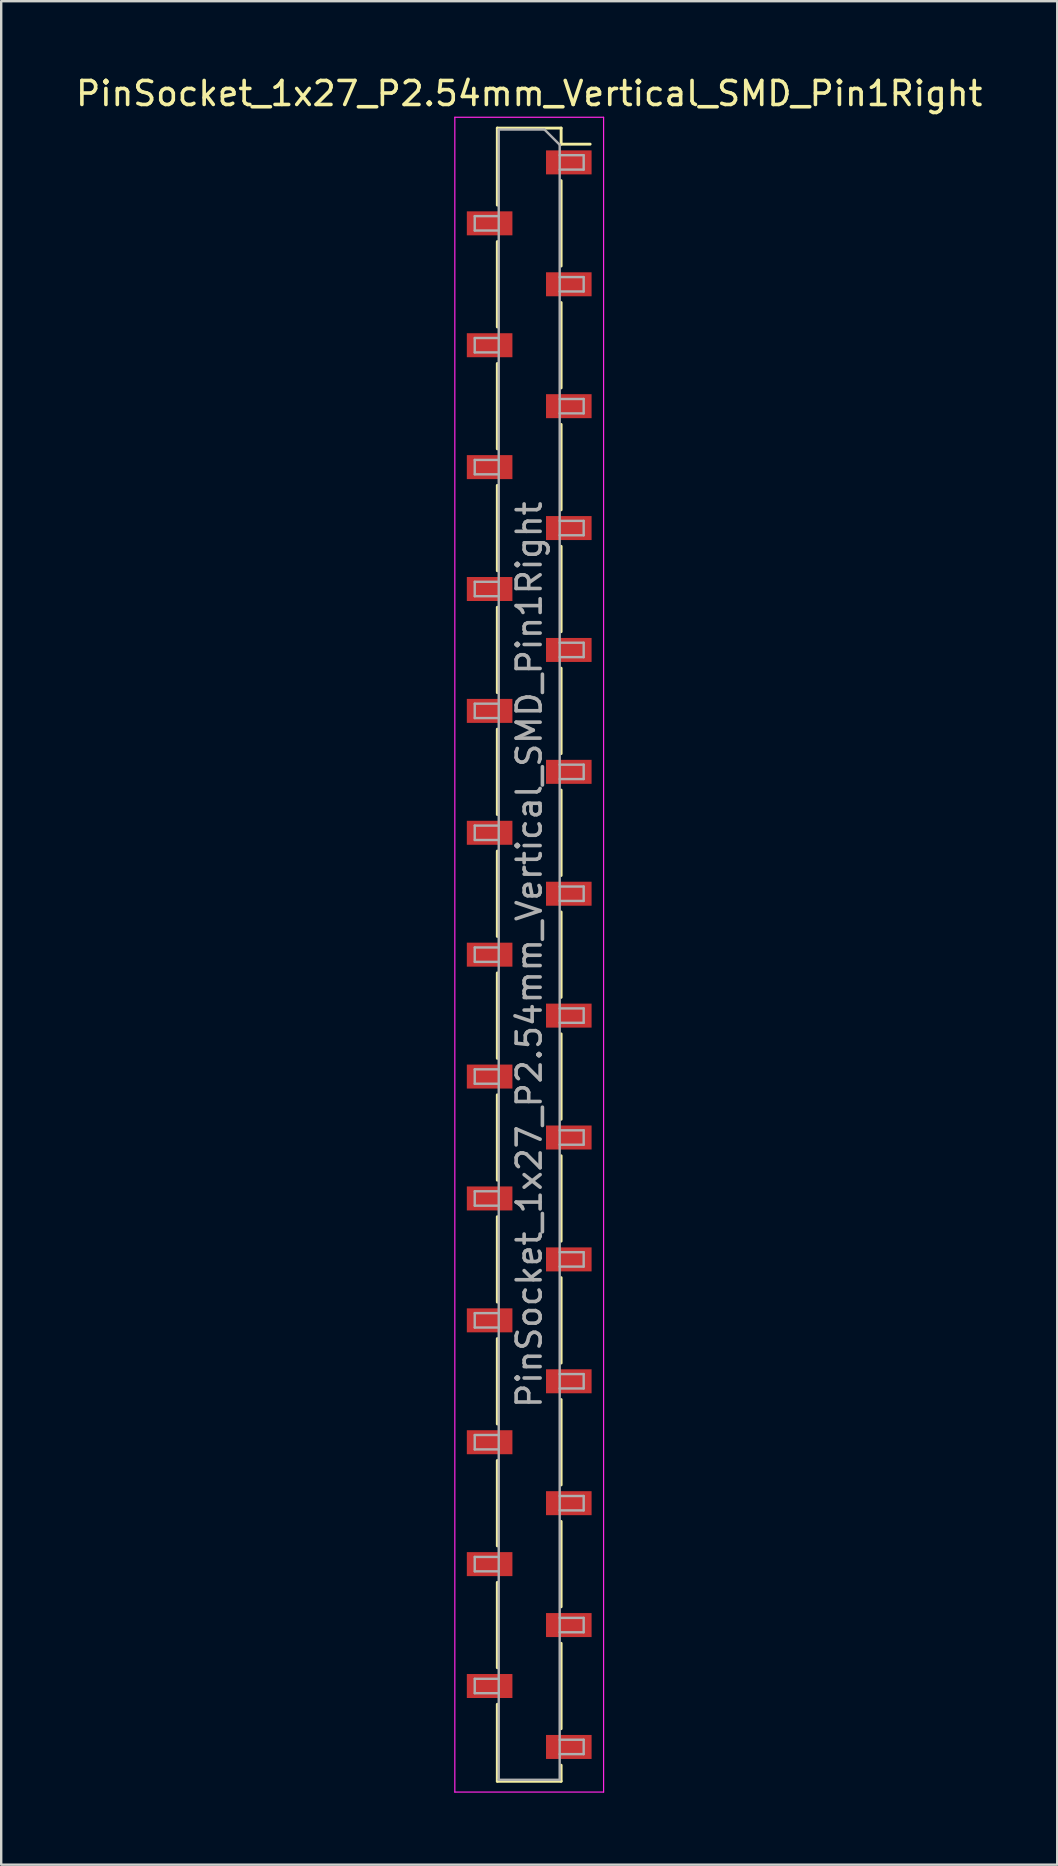
<source format=kicad_pcb>
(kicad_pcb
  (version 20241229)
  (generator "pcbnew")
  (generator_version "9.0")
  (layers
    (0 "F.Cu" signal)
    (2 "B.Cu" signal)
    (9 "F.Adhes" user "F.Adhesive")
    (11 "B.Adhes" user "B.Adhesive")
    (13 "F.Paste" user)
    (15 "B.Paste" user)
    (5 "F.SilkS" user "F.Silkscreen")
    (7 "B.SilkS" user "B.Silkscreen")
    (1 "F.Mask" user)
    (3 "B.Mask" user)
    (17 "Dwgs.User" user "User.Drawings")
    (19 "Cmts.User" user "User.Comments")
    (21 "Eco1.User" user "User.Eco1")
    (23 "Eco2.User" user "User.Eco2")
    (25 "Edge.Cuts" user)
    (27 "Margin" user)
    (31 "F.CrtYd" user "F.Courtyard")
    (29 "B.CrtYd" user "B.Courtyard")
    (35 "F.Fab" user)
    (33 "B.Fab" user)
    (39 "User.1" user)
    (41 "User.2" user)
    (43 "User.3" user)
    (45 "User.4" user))
  (footprint "PinSocket_1x27_P2.54mm_Vertical_SMD_Pin1Right"
    (layer "F.Cu")
    (at 19.006 36.738)
    (property "Reference" "PinSocket_1x27_P2.54mm_Vertical_SMD_Pin1Right" (at 0 -35.89 0) (layer "F.SilkS") (effects (font (size 1 1) (thickness 0.15))))
    (attr smd)
    (fp_line (start -1.33 -34.45) (end -1.33 -31.24) (stroke (width 0.12) (type solid)) (layer "F.SilkS"))
    (fp_line (start -1.33 -34.45) (end 1.33 -34.45) (stroke (width 0.12) (type solid)) (layer "F.SilkS"))
    (fp_line (start -1.33 -29.72) (end -1.33 -26.16) (stroke (width 0.12) (type solid)) (layer "F.SilkS"))
    (fp_line (start -1.33 -24.64) (end -1.33 -21.08) (stroke (width 0.12) (type solid)) (layer "F.SilkS"))
    (fp_line (start -1.33 -19.56) (end -1.33 -16) (stroke (width 0.12) (type solid)) (layer "F.SilkS"))
    (fp_line (start -1.33 -14.48) (end -1.33 -10.92) (stroke (width 0.12) (type solid)) (layer "F.SilkS"))
    (fp_line (start -1.33 -9.4) (end -1.33 -5.84) (stroke (width 0.12) (type solid)) (layer "F.SilkS"))
    (fp_line (start -1.33 -4.32) (end -1.33 -0.76) (stroke (width 0.12) (type solid)) (layer "F.SilkS"))
    (fp_line (start -1.33 0.76) (end -1.33 4.32) (stroke (width 0.12) (type solid)) (layer "F.SilkS"))
    (fp_line (start -1.33 5.84) (end -1.33 9.4) (stroke (width 0.12) (type solid)) (layer "F.SilkS"))
    (fp_line (start -1.33 10.92) (end -1.33 14.48) (stroke (width 0.12) (type solid)) (layer "F.SilkS"))
    (fp_line (start -1.33 16) (end -1.33 19.56) (stroke (width 0.12) (type solid)) (layer "F.SilkS"))
    (fp_line (start -1.33 21.08) (end -1.33 24.64) (stroke (width 0.12) (type solid)) (layer "F.SilkS"))
    (fp_line (start -1.33 26.16) (end -1.33 29.72) (stroke (width 0.12) (type solid)) (layer "F.SilkS"))
    (fp_line (start -1.33 31.24) (end -1.33 34.45) (stroke (width 0.12) (type solid)) (layer "F.SilkS"))
    (fp_line (start -1.33 34.45) (end 1.33 34.45) (stroke (width 0.12) (type solid)) (layer "F.SilkS"))
    (fp_line (start 1.33 -34.45) (end 1.33 -33.78) (stroke (width 0.12) (type solid)) (layer "F.SilkS"))
    (fp_line (start 1.33 -33.78) (end 2.54 -33.78) (stroke (width 0.12) (type solid)) (layer "F.SilkS"))
    (fp_line (start 1.33 -32.26) (end 1.33 -28.7) (stroke (width 0.12) (type solid)) (layer "F.SilkS"))
    (fp_line (start 1.33 -27.18) (end 1.33 -23.62) (stroke (width 0.12) (type solid)) (layer "F.SilkS"))
    (fp_line (start 1.33 -22.1) (end 1.33 -18.54) (stroke (width 0.12) (type solid)) (layer "F.SilkS"))
    (fp_line (start 1.33 -17.02) (end 1.33 -13.46) (stroke (width 0.12) (type solid)) (layer "F.SilkS"))
    (fp_line (start 1.33 -11.94) (end 1.33 -8.38) (stroke (width 0.12) (type solid)) (layer "F.SilkS"))
    (fp_line (start 1.33 -6.86) (end 1.33 -3.3) (stroke (width 0.12) (type solid)) (layer "F.SilkS"))
    (fp_line (start 1.33 -1.78) (end 1.33 1.78) (stroke (width 0.12) (type solid)) (layer "F.SilkS"))
    (fp_line (start 1.33 3.3) (end 1.33 6.86) (stroke (width 0.12) (type solid)) (layer "F.SilkS"))
    (fp_line (start 1.33 8.38) (end 1.33 11.94) (stroke (width 0.12) (type solid)) (layer "F.SilkS"))
    (fp_line (start 1.33 13.46) (end 1.33 17.02) (stroke (width 0.12) (type solid)) (layer "F.SilkS"))
    (fp_line (start 1.33 18.54) (end 1.33 22.1) (stroke (width 0.12) (type solid)) (layer "F.SilkS"))
    (fp_line (start 1.33 23.62) (end 1.33 27.18) (stroke (width 0.12) (type solid)) (layer "F.SilkS"))
    (fp_line (start 1.33 28.7) (end 1.33 32.26) (stroke (width 0.12) (type solid)) (layer "F.SilkS"))
    (fp_line (start 1.33 33.78) (end 1.33 34.45) (stroke (width 0.12) (type solid)) (layer "F.SilkS"))
    (fp_line (start -3.1 -34.9) (end 3.1 -34.9) (stroke (width 0.05) (type solid)) (layer "F.CrtYd"))
    (fp_line (start -3.1 34.9) (end -3.1 -34.9) (stroke (width 0.05) (type solid)) (layer "F.CrtYd"))
    (fp_line (start 3.1 -34.9) (end 3.1 34.9) (stroke (width 0.05) (type solid)) (layer "F.CrtYd"))
    (fp_line (start 3.1 34.9) (end -3.1 34.9) (stroke (width 0.05) (type solid)) (layer "F.CrtYd"))
    (fp_line (start -2.27 -30.78) (end -1.27 -30.78) (stroke (width 0.1) (type solid)) (layer "F.Fab"))
    (fp_line (start -2.27 -30.18) (end -2.27 -30.78) (stroke (width 0.1) (type solid)) (layer "F.Fab"))
    (fp_line (start -2.27 -25.7) (end -1.27 -25.7) (stroke (width 0.1) (type solid)) (layer "F.Fab"))
    (fp_line (start -2.27 -25.1) (end -2.27 -25.7) (stroke (width 0.1) (type solid)) (layer "F.Fab"))
    (fp_line (start -2.27 -20.62) (end -1.27 -20.62) (stroke (width 0.1) (type solid)) (layer "F.Fab"))
    (fp_line (start -2.27 -20.02) (end -2.27 -20.62) (stroke (width 0.1) (type solid)) (layer "F.Fab"))
    (fp_line (start -2.27 -15.54) (end -1.27 -15.54) (stroke (width 0.1) (type solid)) (layer "F.Fab"))
    (fp_line (start -2.27 -14.94) (end -2.27 -15.54) (stroke (width 0.1) (type solid)) (layer "F.Fab"))
    (fp_line (start -2.27 -10.46) (end -1.27 -10.46) (stroke (width 0.1) (type solid)) (layer "F.Fab"))
    (fp_line (start -2.27 -9.86) (end -2.27 -10.46) (stroke (width 0.1) (type solid)) (layer "F.Fab"))
    (fp_line (start -2.27 -5.38) (end -1.27 -5.38) (stroke (width 0.1) (type solid)) (layer "F.Fab"))
    (fp_line (start -2.27 -4.78) (end -2.27 -5.38) (stroke (width 0.1) (type solid)) (layer "F.Fab"))
    (fp_line (start -2.27 -0.3) (end -1.27 -0.3) (stroke (width 0.1) (type solid)) (layer "F.Fab"))
    (fp_line (start -2.27 0.3) (end -2.27 -0.3) (stroke (width 0.1) (type solid)) (layer "F.Fab"))
    (fp_line (start -2.27 4.78) (end -1.27 4.78) (stroke (width 0.1) (type solid)) (layer "F.Fab"))
    (fp_line (start -2.27 5.38) (end -2.27 4.78) (stroke (width 0.1) (type solid)) (layer "F.Fab"))
    (fp_line (start -2.27 9.86) (end -1.27 9.86) (stroke (width 0.1) (type solid)) (layer "F.Fab"))
    (fp_line (start -2.27 10.46) (end -2.27 9.86) (stroke (width 0.1) (type solid)) (layer "F.Fab"))
    (fp_line (start -2.27 14.94) (end -1.27 14.94) (stroke (width 0.1) (type solid)) (layer "F.Fab"))
    (fp_line (start -2.27 15.54) (end -2.27 14.94) (stroke (width 0.1) (type solid)) (layer "F.Fab"))
    (fp_line (start -2.27 20.02) (end -1.27 20.02) (stroke (width 0.1) (type solid)) (layer "F.Fab"))
    (fp_line (start -2.27 20.62) (end -2.27 20.02) (stroke (width 0.1) (type solid)) (layer "F.Fab"))
    (fp_line (start -2.27 25.1) (end -1.27 25.1) (stroke (width 0.1) (type solid)) (layer "F.Fab"))
    (fp_line (start -2.27 25.7) (end -2.27 25.1) (stroke (width 0.1) (type solid)) (layer "F.Fab"))
    (fp_line (start -2.27 30.18) (end -1.27 30.18) (stroke (width 0.1) (type solid)) (layer "F.Fab"))
    (fp_line (start -2.27 30.78) (end -2.27 30.18) (stroke (width 0.1) (type solid)) (layer "F.Fab"))
    (fp_line (start -1.27 -34.39) (end 0.635 -34.39) (stroke (width 0.1) (type solid)) (layer "F.Fab"))
    (fp_line (start -1.27 -30.18) (end -2.27 -30.18) (stroke (width 0.1) (type solid)) (layer "F.Fab"))
    (fp_line (start -1.27 -25.1) (end -2.27 -25.1) (stroke (width 0.1) (type solid)) (layer "F.Fab"))
    (fp_line (start -1.27 -20.02) (end -2.27 -20.02) (stroke (width 0.1) (type solid)) (layer "F.Fab"))
    (fp_line (start -1.27 -14.94) (end -2.27 -14.94) (stroke (width 0.1) (type solid)) (layer "F.Fab"))
    (fp_line (start -1.27 -9.86) (end -2.27 -9.86) (stroke (width 0.1) (type solid)) (layer "F.Fab"))
    (fp_line (start -1.27 -4.78) (end -2.27 -4.78) (stroke (width 0.1) (type solid)) (layer "F.Fab"))
    (fp_line (start -1.27 0.3) (end -2.27 0.3) (stroke (width 0.1) (type solid)) (layer "F.Fab"))
    (fp_line (start -1.27 5.38) (end -2.27 5.38) (stroke (width 0.1) (type solid)) (layer "F.Fab"))
    (fp_line (start -1.27 10.46) (end -2.27 10.46) (stroke (width 0.1) (type solid)) (layer "F.Fab"))
    (fp_line (start -1.27 15.54) (end -2.27 15.54) (stroke (width 0.1) (type solid)) (layer "F.Fab"))
    (fp_line (start -1.27 20.62) (end -2.27 20.62) (stroke (width 0.1) (type solid)) (layer "F.Fab"))
    (fp_line (start -1.27 25.7) (end -2.27 25.7) (stroke (width 0.1) (type solid)) (layer "F.Fab"))
    (fp_line (start -1.27 30.78) (end -2.27 30.78) (stroke (width 0.1) (type solid)) (layer "F.Fab"))
    (fp_line (start -1.27 34.39) (end -1.27 -34.39) (stroke (width 0.1) (type solid)) (layer "F.Fab"))
    (fp_line (start 0.635 -34.39) (end 1.27 -33.755) (stroke (width 0.1) (type solid)) (layer "F.Fab"))
    (fp_line (start 1.27 -33.755) (end 1.27 34.39) (stroke (width 0.1) (type solid)) (layer "F.Fab"))
    (fp_line (start 1.27 -33.32) (end 2.27 -33.32) (stroke (width 0.1) (type solid)) (layer "F.Fab"))
    (fp_line (start 1.27 -28.24) (end 2.27 -28.24) (stroke (width 0.1) (type solid)) (layer "F.Fab"))
    (fp_line (start 1.27 -23.16) (end 2.27 -23.16) (stroke (width 0.1) (type solid)) (layer "F.Fab"))
    (fp_line (start 1.27 -18.08) (end 2.27 -18.08) (stroke (width 0.1) (type solid)) (layer "F.Fab"))
    (fp_line (start 1.27 -13) (end 2.27 -13) (stroke (width 0.1) (type solid)) (layer "F.Fab"))
    (fp_line (start 1.27 -7.92) (end 2.27 -7.92) (stroke (width 0.1) (type solid)) (layer "F.Fab"))
    (fp_line (start 1.27 -2.84) (end 2.27 -2.84) (stroke (width 0.1) (type solid)) (layer "F.Fab"))
    (fp_line (start 1.27 2.24) (end 2.27 2.24) (stroke (width 0.1) (type solid)) (layer "F.Fab"))
    (fp_line (start 1.27 7.32) (end 2.27 7.32) (stroke (width 0.1) (type solid)) (layer "F.Fab"))
    (fp_line (start 1.27 12.4) (end 2.27 12.4) (stroke (width 0.1) (type solid)) (layer "F.Fab"))
    (fp_line (start 1.27 17.48) (end 2.27 17.48) (stroke (width 0.1) (type solid)) (layer "F.Fab"))
    (fp_line (start 1.27 22.56) (end 2.27 22.56) (stroke (width 0.1) (type solid)) (layer "F.Fab"))
    (fp_line (start 1.27 27.64) (end 2.27 27.64) (stroke (width 0.1) (type solid)) (layer "F.Fab"))
    (fp_line (start 1.27 32.72) (end 2.27 32.72) (stroke (width 0.1) (type solid)) (layer "F.Fab"))
    (fp_line (start 1.27 34.39) (end -1.27 34.39) (stroke (width 0.1) (type solid)) (layer "F.Fab"))
    (fp_line (start 2.27 -33.32) (end 2.27 -32.72) (stroke (width 0.1) (type solid)) (layer "F.Fab"))
    (fp_line (start 2.27 -32.72) (end 1.27 -32.72) (stroke (width 0.1) (type solid)) (layer "F.Fab"))
    (fp_line (start 2.27 -28.24) (end 2.27 -27.64) (stroke (width 0.1) (type solid)) (layer "F.Fab"))
    (fp_line (start 2.27 -27.64) (end 1.27 -27.64) (stroke (width 0.1) (type solid)) (layer "F.Fab"))
    (fp_line (start 2.27 -23.16) (end 2.27 -22.56) (stroke (width 0.1) (type solid)) (layer "F.Fab"))
    (fp_line (start 2.27 -22.56) (end 1.27 -22.56) (stroke (width 0.1) (type solid)) (layer "F.Fab"))
    (fp_line (start 2.27 -18.08) (end 2.27 -17.48) (stroke (width 0.1) (type solid)) (layer "F.Fab"))
    (fp_line (start 2.27 -17.48) (end 1.27 -17.48) (stroke (width 0.1) (type solid)) (layer "F.Fab"))
    (fp_line (start 2.27 -13) (end 2.27 -12.4) (stroke (width 0.1) (type solid)) (layer "F.Fab"))
    (fp_line (start 2.27 -12.4) (end 1.27 -12.4) (stroke (width 0.1) (type solid)) (layer "F.Fab"))
    (fp_line (start 2.27 -7.92) (end 2.27 -7.32) (stroke (width 0.1) (type solid)) (layer "F.Fab"))
    (fp_line (start 2.27 -7.32) (end 1.27 -7.32) (stroke (width 0.1) (type solid)) (layer "F.Fab"))
    (fp_line (start 2.27 -2.84) (end 2.27 -2.24) (stroke (width 0.1) (type solid)) (layer "F.Fab"))
    (fp_line (start 2.27 -2.24) (end 1.27 -2.24) (stroke (width 0.1) (type solid)) (layer "F.Fab"))
    (fp_line (start 2.27 2.24) (end 2.27 2.84) (stroke (width 0.1) (type solid)) (layer "F.Fab"))
    (fp_line (start 2.27 2.84) (end 1.27 2.84) (stroke (width 0.1) (type solid)) (layer "F.Fab"))
    (fp_line (start 2.27 7.32) (end 2.27 7.92) (stroke (width 0.1) (type solid)) (layer "F.Fab"))
    (fp_line (start 2.27 7.92) (end 1.27 7.92) (stroke (width 0.1) (type solid)) (layer "F.Fab"))
    (fp_line (start 2.27 12.4) (end 2.27 13) (stroke (width 0.1) (type solid)) (layer "F.Fab"))
    (fp_line (start 2.27 13) (end 1.27 13) (stroke (width 0.1) (type solid)) (layer "F.Fab"))
    (fp_line (start 2.27 17.48) (end 2.27 18.08) (stroke (width 0.1) (type solid)) (layer "F.Fab"))
    (fp_line (start 2.27 18.08) (end 1.27 18.08) (stroke (width 0.1) (type solid)) (layer "F.Fab"))
    (fp_line (start 2.27 22.56) (end 2.27 23.16) (stroke (width 0.1) (type solid)) (layer "F.Fab"))
    (fp_line (start 2.27 23.16) (end 1.27 23.16) (stroke (width 0.1) (type solid)) (layer "F.Fab"))
    (fp_line (start 2.27 27.64) (end 2.27 28.24) (stroke (width 0.1) (type solid)) (layer "F.Fab"))
    (fp_line (start 2.27 28.24) (end 1.27 28.24) (stroke (width 0.1) (type solid)) (layer "F.Fab"))
    (fp_line (start 2.27 32.72) (end 2.27 33.32) (stroke (width 0.1) (type solid)) (layer "F.Fab"))
    (fp_line (start 2.27 33.32) (end 1.27 33.32) (stroke (width 0.1) (type solid)) (layer "F.Fab"))
    (fp_text user "${REFERENCE}" (at 0 0 90) (layer "F.Fab") (effects (font (size 1 1) (thickness 0.15))))
    (pad "1" smd rect (at 1.65 -33.02) (size 1.9 1) (layers "F.Cu" "F.Mask" "F.Paste"))
    (pad "2" smd rect (at -1.65 -30.48) (size 1.9 1) (layers "F.Cu" "F.Mask" "F.Paste"))
    (pad "3" smd rect (at 1.65 -27.94) (size 1.9 1) (layers "F.Cu" "F.Mask" "F.Paste"))
    (pad "4" smd rect (at -1.65 -25.4) (size 1.9 1) (layers "F.Cu" "F.Mask" "F.Paste"))
    (pad "5" smd rect (at 1.65 -22.86) (size 1.9 1) (layers "F.Cu" "F.Mask" "F.Paste"))
    (pad "6" smd rect (at -1.65 -20.32) (size 1.9 1) (layers "F.Cu" "F.Mask" "F.Paste"))
    (pad "7" smd rect (at 1.65 -17.78) (size 1.9 1) (layers "F.Cu" "F.Mask" "F.Paste"))
    (pad "8" smd rect (at -1.65 -15.24) (size 1.9 1) (layers "F.Cu" "F.Mask" "F.Paste"))
    (pad "9" smd rect (at 1.65 -12.7) (size 1.9 1) (layers "F.Cu" "F.Mask" "F.Paste"))
    (pad "10" smd rect (at -1.65 -10.16) (size 1.9 1) (layers "F.Cu" "F.Mask" "F.Paste"))
    (pad "11" smd rect (at 1.65 -7.62) (size 1.9 1) (layers "F.Cu" "F.Mask" "F.Paste"))
    (pad "12" smd rect (at -1.65 -5.08) (size 1.9 1) (layers "F.Cu" "F.Mask" "F.Paste"))
    (pad "13" smd rect (at 1.65 -2.54) (size 1.9 1) (layers "F.Cu" "F.Mask" "F.Paste"))
    (pad "14" smd rect (at -1.65 0) (size 1.9 1) (layers "F.Cu" "F.Mask" "F.Paste"))
    (pad "15" smd rect (at 1.65 2.54) (size 1.9 1) (layers "F.Cu" "F.Mask" "F.Paste"))
    (pad "16" smd rect (at -1.65 5.08) (size 1.9 1) (layers "F.Cu" "F.Mask" "F.Paste"))
    (pad "17" smd rect (at 1.65 7.62) (size 1.9 1) (layers "F.Cu" "F.Mask" "F.Paste"))
    (pad "18" smd rect (at -1.65 10.16) (size 1.9 1) (layers "F.Cu" "F.Mask" "F.Paste"))
    (pad "19" smd rect (at 1.65 12.7) (size 1.9 1) (layers "F.Cu" "F.Mask" "F.Paste"))
    (pad "20" smd rect (at -1.65 15.24) (size 1.9 1) (layers "F.Cu" "F.Mask" "F.Paste"))
    (pad "21" smd rect (at 1.65 17.78) (size 1.9 1) (layers "F.Cu" "F.Mask" "F.Paste"))
    (pad "22" smd rect (at -1.65 20.32) (size 1.9 1) (layers "F.Cu" "F.Mask" "F.Paste"))
    (pad "23" smd rect (at 1.65 22.86) (size 1.9 1) (layers "F.Cu" "F.Mask" "F.Paste"))
    (pad "24" smd rect (at -1.65 25.4) (size 1.9 1) (layers "F.Cu" "F.Mask" "F.Paste"))
    (pad "25" smd rect (at 1.65 27.94) (size 1.9 1) (layers "F.Cu" "F.Mask" "F.Paste"))
    (pad "26" smd rect (at -1.65 30.48) (size 1.9 1) (layers "F.Cu" "F.Mask" "F.Paste"))
    (pad "27" smd rect (at 1.65 33.02) (size 1.9 1) (layers "F.Cu" "F.Mask" "F.Paste")))
  (gr_rect
    (start -3 -3)
    (end 41.012 74.663)
    (stroke (width 0.1) (type default))
    (fill no)
    (layer "Edge.Cuts")))
</source>
